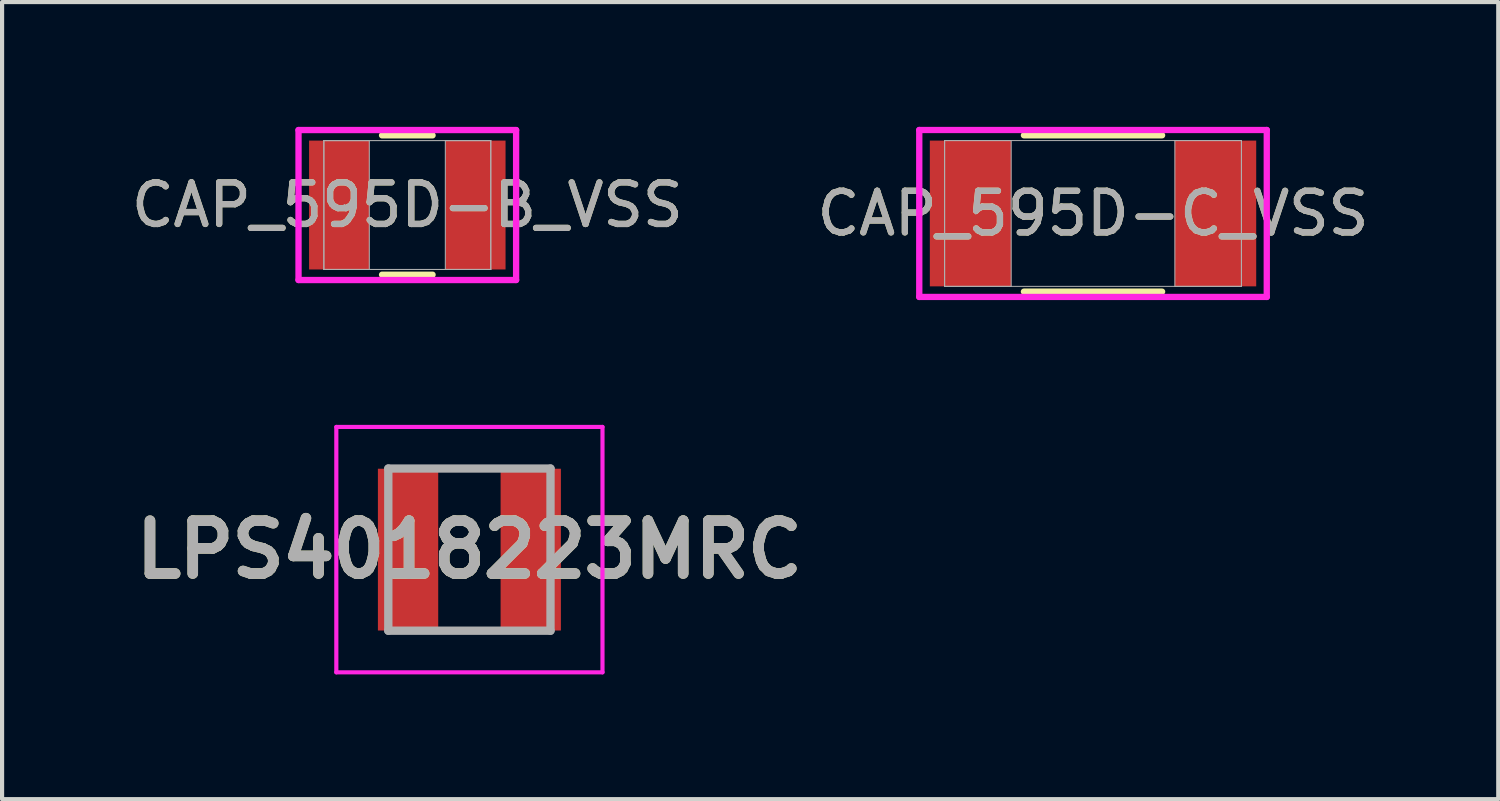
<source format=kicad_pcb>
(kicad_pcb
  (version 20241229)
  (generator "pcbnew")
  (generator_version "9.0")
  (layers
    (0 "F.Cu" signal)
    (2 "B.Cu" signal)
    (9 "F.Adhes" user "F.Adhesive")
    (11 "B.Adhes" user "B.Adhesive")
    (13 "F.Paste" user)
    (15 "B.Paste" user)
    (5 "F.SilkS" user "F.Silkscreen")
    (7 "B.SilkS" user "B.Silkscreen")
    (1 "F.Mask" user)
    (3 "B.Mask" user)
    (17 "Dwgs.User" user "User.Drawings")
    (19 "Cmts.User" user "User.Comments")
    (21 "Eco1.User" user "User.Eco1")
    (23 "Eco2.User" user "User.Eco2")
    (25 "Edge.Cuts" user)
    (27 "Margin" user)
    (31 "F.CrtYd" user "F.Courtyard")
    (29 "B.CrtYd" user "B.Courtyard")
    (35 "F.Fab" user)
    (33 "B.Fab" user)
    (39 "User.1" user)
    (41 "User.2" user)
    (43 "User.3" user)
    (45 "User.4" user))
  (footprint "LPS4018223MRC"
    (layer "F.Cu")
    (at 8.237 10.166)
    (property "Reference" "LPS4018223MRC" (at 0 0 0) (layer "F.SilkS") (effects (font (size 1.27 1.27) (thickness 0.254))))
    (attr smd)
    (fp_line (start -0.45 -1.95) (end 0.45 -1.95) (stroke (width 0.1) (type solid)) (layer "F.SilkS"))
    (fp_line (start -0.45 1.95) (end 0.45 1.95) (stroke (width 0.1) (type solid)) (layer "F.SilkS"))
    (fp_line (start -3.2 -2.95) (end 3.2 -2.95) (stroke (width 0.1) (type solid)) (layer "F.CrtYd"))
    (fp_line (start -3.2 2.95) (end -3.2 -2.95) (stroke (width 0.1) (type solid)) (layer "F.CrtYd"))
    (fp_line (start 3.2 -2.95) (end 3.2 2.95) (stroke (width 0.1) (type solid)) (layer "F.CrtYd"))
    (fp_line (start 3.2 2.95) (end -3.2 2.95) (stroke (width 0.1) (type solid)) (layer "F.CrtYd"))
    (fp_line (start -1.95 -1.95) (end 1.95 -1.95) (stroke (width 0.2) (type solid)) (layer "F.Fab"))
    (fp_line (start -1.95 1.95) (end -1.95 -1.95) (stroke (width 0.2) (type solid)) (layer "F.Fab"))
    (fp_line (start 1.95 -1.95) (end 1.95 1.95) (stroke (width 0.2) (type solid)) (layer "F.Fab"))
    (fp_line (start 1.95 1.95) (end -1.95 1.95) (stroke (width 0.2) (type solid)) (layer "F.Fab"))
    (fp_text user "${REFERENCE}" (at 0 0 0) (layer "F.Fab") (effects (font (size 1.27 1.27) (thickness 0.254))))
    (pad "1" smd rect (at -1.475 0) (size 1.45 3.89) (layers "F.Cu" "F.Mask" "F.Paste"))
    (pad "2" smd rect (at 1.475 0) (size 1.45 3.89) (layers "F.Cu" "F.Mask" "F.Paste")))
  (footprint "CAP_595D-C_VSS"
    (layer "F.Cu")
    (at 23.232 2.083)
    (property "Reference" "CAP_595D-C_VSS" (at 0 0 0) (unlocked yes) (layer "F.SilkS") (effects (font (size 1 1) (thickness 0.15))))
    (attr smd)
    (fp_line (start -1.661 1.88) (end 1.661 1.88) (stroke (width 0.152) (type solid)) (layer "F.SilkS"))
    (fp_line (start 1.661 -1.88) (end -1.661 -1.88) (stroke (width 0.152) (type solid)) (layer "F.SilkS"))
    (fp_line (start -4.178 -2.007) (end 4.178 -2.007) (stroke (width 0.152) (type solid)) (layer "F.CrtYd"))
    (fp_line (start -4.178 2.007) (end -4.178 -2.007) (stroke (width 0.152) (type solid)) (layer "F.CrtYd"))
    (fp_line (start 4.178 -2.007) (end 4.178 2.007) (stroke (width 0.152) (type solid)) (layer "F.CrtYd"))
    (fp_line (start 4.178 2.007) (end -4.178 2.007) (stroke (width 0.152) (type solid)) (layer "F.CrtYd"))
    (fp_line (start -3.569 -1.753) (end -3.569 1.753) (stroke (width 0.025) (type solid)) (layer "F.Fab"))
    (fp_line (start -3.569 -1.753) (end -3.569 1.753) (stroke (width 0.025) (type solid)) (layer "F.Fab"))
    (fp_line (start -3.569 1.753) (end -1.968 1.753) (stroke (width 0.025) (type solid)) (layer "F.Fab"))
    (fp_line (start -3.569 1.753) (end 3.569 1.753) (stroke (width 0.025) (type solid)) (layer "F.Fab"))
    (fp_line (start -1.968 -1.753) (end -3.569 -1.753) (stroke (width 0.025) (type solid)) (layer "F.Fab"))
    (fp_line (start -1.968 1.753) (end -1.968 -1.753) (stroke (width 0.025) (type solid)) (layer "F.Fab"))
    (fp_line (start 1.968 -1.753) (end 1.968 1.753) (stroke (width 0.025) (type solid)) (layer "F.Fab"))
    (fp_line (start 1.968 1.753) (end 3.569 1.753) (stroke (width 0.025) (type solid)) (layer "F.Fab"))
    (fp_line (start 3.569 -1.753) (end -3.569 -1.753) (stroke (width 0.025) (type solid)) (layer "F.Fab"))
    (fp_line (start 3.569 -1.753) (end 1.968 -1.753) (stroke (width 0.025) (type solid)) (layer "F.Fab"))
    (fp_line (start 3.569 1.753) (end 3.569 -1.753) (stroke (width 0.025) (type solid)) (layer "F.Fab"))
    (fp_line (start 3.569 1.753) (end 3.569 -1.753) (stroke (width 0.025) (type solid)) (layer "F.Fab"))
    (fp_circle (center -2.819 0) (end -2.819 0) (stroke (width 0.025) (type solid)) (fill no) (layer "F.Fab"))
    (fp_text user "${REFERENCE}" (at 0 0 0) (unlocked yes) (layer "F.Fab") (effects (font (size 1 1) (thickness 0.15))))
    (pad "1" smd rect (at -2.946 0) (size 1.956 3.505) (layers "F.Cu" "F.Mask" "F.Paste"))
    (pad "2" smd rect (at 2.946 0) (size 1.956 3.505) (layers "F.Cu" "F.Mask" "F.Paste"))
    (zone (net_name "") (layer "F.Cu") (hatch full 0.508) (connect_pads) (min_thickness 0.254) (filled_areas_thickness no) (keepout (tracks not_allowed) (vias not_allowed) (pads allowed) (copperpour not_allowed) (footprints allowed)) (placement (enabled no)) (fill) (polygon (pts (xy 21.314 0.381) (xy 25.15 0.381) (xy 25.15 3.785) (xy 21.314 3.785)))))
  (footprint "CAP_595D-B_VSS"
    (layer "F.Cu")
    (at 6.744 1.88)
    (property "Reference" "CAP_595D-B_VSS" (at 0 0 0) (unlocked yes) (layer "F.SilkS") (effects (font (size 1 1) (thickness 0.15))))
    (attr smd)
    (fp_line (start -0.607 1.676) (end 0.607 1.676) (stroke (width 0.152) (type solid)) (layer "F.SilkS"))
    (fp_line (start 0.607 -1.676) (end -0.607 -1.676) (stroke (width 0.152) (type solid)) (layer "F.SilkS"))
    (fp_line (start -2.616 -1.803) (end 2.616 -1.803) (stroke (width 0.152) (type solid)) (layer "F.CrtYd"))
    (fp_line (start -2.616 1.803) (end -2.616 -1.803) (stroke (width 0.152) (type solid)) (layer "F.CrtYd"))
    (fp_line (start 2.616 -1.803) (end 2.616 1.803) (stroke (width 0.152) (type solid)) (layer "F.CrtYd"))
    (fp_line (start 2.616 1.803) (end -2.616 1.803) (stroke (width 0.152) (type solid)) (layer "F.CrtYd"))
    (fp_line (start -2.007 -1.549) (end -2.007 1.549) (stroke (width 0.025) (type solid)) (layer "F.Fab"))
    (fp_line (start -2.007 -1.549) (end -2.007 1.549) (stroke (width 0.025) (type solid)) (layer "F.Fab"))
    (fp_line (start -2.007 1.549) (end -0.914 1.549) (stroke (width 0.025) (type solid)) (layer "F.Fab"))
    (fp_line (start -2.007 1.549) (end 2.007 1.549) (stroke (width 0.025) (type solid)) (layer "F.Fab"))
    (fp_line (start -0.914 -1.549) (end -2.007 -1.549) (stroke (width 0.025) (type solid)) (layer "F.Fab"))
    (fp_line (start -0.914 1.549) (end -0.914 -1.549) (stroke (width 0.025) (type solid)) (layer "F.Fab"))
    (fp_line (start 0.914 -1.549) (end 0.914 1.549) (stroke (width 0.025) (type solid)) (layer "F.Fab"))
    (fp_line (start 0.914 1.549) (end 2.007 1.549) (stroke (width 0.025) (type solid)) (layer "F.Fab"))
    (fp_line (start 2.007 -1.549) (end -2.007 -1.549) (stroke (width 0.025) (type solid)) (layer "F.Fab"))
    (fp_line (start 2.007 -1.549) (end 0.914 -1.549) (stroke (width 0.025) (type solid)) (layer "F.Fab"))
    (fp_line (start 2.007 1.549) (end 2.007 -1.549) (stroke (width 0.025) (type solid)) (layer "F.Fab"))
    (fp_line (start 2.007 1.549) (end 2.007 -1.549) (stroke (width 0.025) (type solid)) (layer "F.Fab"))
    (fp_circle (center -1.511 0) (end -1.511 0) (stroke (width 0.025) (type solid)) (fill no) (layer "F.Fab"))
    (fp_text user "${REFERENCE}" (at 0 0 0) (unlocked yes) (layer "F.Fab") (effects (font (size 1 1) (thickness 0.15))))
    (pad "1" smd rect (at -1.638 0) (size 1.448 3.099) (layers "F.Cu" "F.Mask" "F.Paste"))
    (pad "2" smd rect (at 1.638 0) (size 1.448 3.099) (layers "F.Cu" "F.Mask" "F.Paste"))
    (zone (net_name "") (layer "F.Cu") (hatch full 0.508) (connect_pads) (min_thickness 0.254) (filled_areas_thickness no) (keepout (tracks not_allowed) (vias not_allowed) (pads allowed) (copperpour not_allowed) (footprints allowed)) (placement (enabled no)) (fill) (polygon (pts (xy 5.88 0.381) (xy 7.608 0.381) (xy 7.608 3.378) (xy 5.88 3.378)))))
  (gr_rect
    (start -3 -3)
    (end 32.976 16.166)
    (stroke (width 0.1) (type default))
    (fill no)
    (layer "Edge.Cuts")))
</source>
